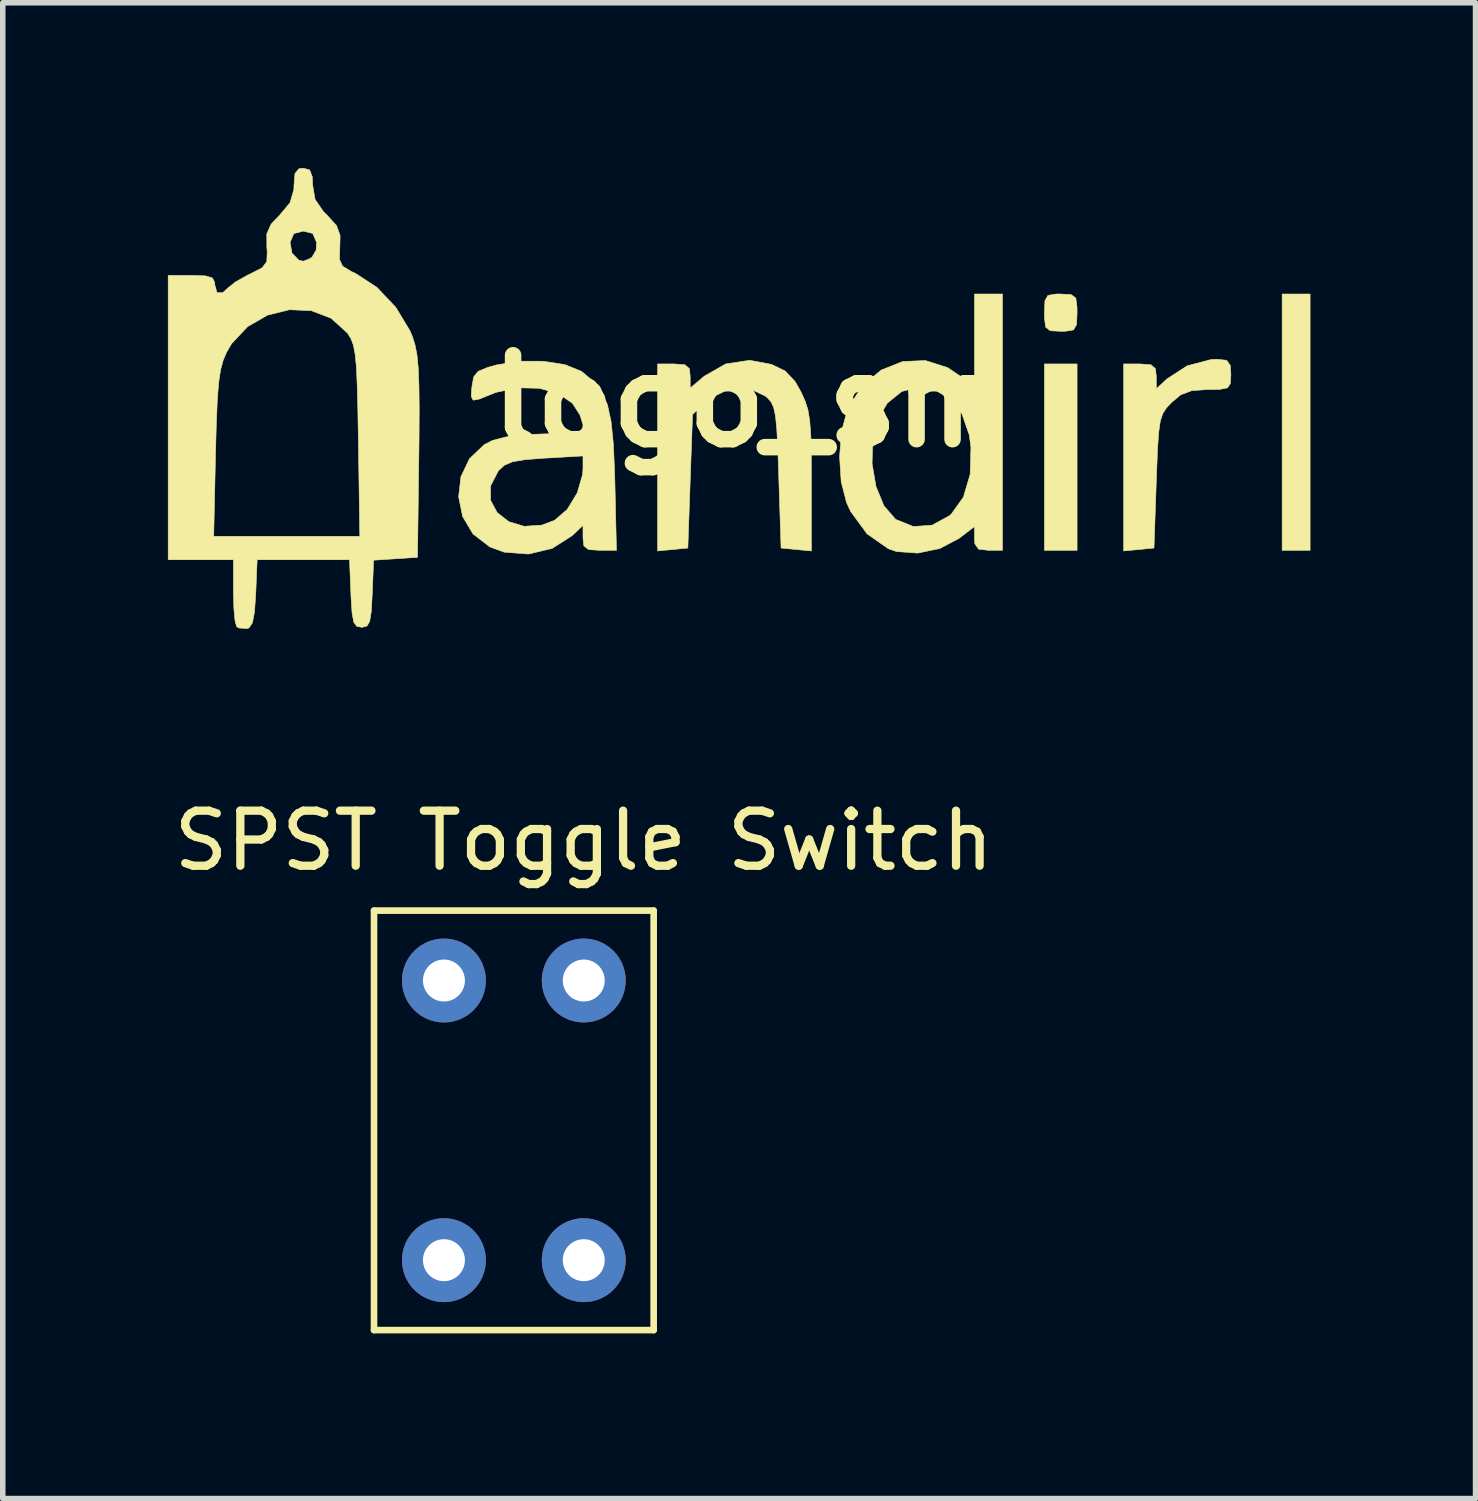
<source format=kicad_pcb>
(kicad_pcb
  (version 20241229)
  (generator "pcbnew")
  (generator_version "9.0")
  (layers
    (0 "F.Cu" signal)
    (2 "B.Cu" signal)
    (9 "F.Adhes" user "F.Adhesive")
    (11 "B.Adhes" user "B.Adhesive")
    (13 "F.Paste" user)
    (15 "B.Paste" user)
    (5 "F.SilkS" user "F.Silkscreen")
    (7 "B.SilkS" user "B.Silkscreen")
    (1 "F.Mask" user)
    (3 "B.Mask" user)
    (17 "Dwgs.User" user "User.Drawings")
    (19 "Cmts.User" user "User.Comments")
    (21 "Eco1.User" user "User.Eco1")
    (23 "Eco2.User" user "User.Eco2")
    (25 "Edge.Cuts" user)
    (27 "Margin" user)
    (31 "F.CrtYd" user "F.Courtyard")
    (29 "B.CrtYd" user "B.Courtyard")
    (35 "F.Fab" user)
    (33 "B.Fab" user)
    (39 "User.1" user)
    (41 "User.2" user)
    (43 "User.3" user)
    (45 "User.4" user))
  (footprint "SPST Toggle Switch"
    (layer "F.Cu")
    (at 5.014 14.761)
    (property "Reference" "SPST Toggle Switch" (at 2.54 -2.54 0) (layer "F.SilkS") (effects (font (size 1 1) (thickness 0.15))))
    (attr through_hole)
    (fp_line (start -1.27 -1.27) (end -1.27 6.35) (stroke (width 0.12) (type solid)) (layer "F.SilkS"))
    (fp_line (start -1.27 6.35) (end 3.81 6.35) (stroke (width 0.12) (type solid)) (layer "F.SilkS"))
    (fp_line (start 3.81 -1.27) (end -1.27 -1.27) (stroke (width 0.12) (type solid)) (layer "F.SilkS"))
    (fp_line (start 3.81 6.35) (end 3.81 -1.27) (stroke (width 0.12) (type solid)) (layer "F.SilkS"))
    (pad "" thru_hole circle (at 0 0) (size 1.524 1.524) (drill 0.762) (layers "*.Cu" "*.Mask"))
    (pad "" thru_hole circle (at 0 5.08) (size 1.524 1.524) (drill 0.762) (layers "*.Cu" "*.Mask"))
    (pad "1" thru_hole circle (at 2.54 0) (size 1.524 1.524) (drill 0.762) (layers "*.Cu" "*.Mask"))
    (pad "2" thru_hole circle (at 2.54 5.08) (size 1.524 1.524) (drill 0.762) (layers "*.Cu" "*.Mask")))
  (footprint "logo_sm"
    (layer "F.Cu")
    (at 10.588 4.238)
    (property "Reference" "logo_sm" (at 0 0 0) (layer "F.SilkS") (effects (font (size 1.524 1.524) (thickness 0.3))))
    (attr through_hole)
    (fp_poly (pts (xy 5.927 2.709) (xy 5.334 2.709) (xy 5.334 -0.677) (xy 5.927 -0.677) (xy 5.927 2.709)) (stroke (width 0.01) (type solid)) (fill yes) (layer "F.SilkS"))
    (fp_poly (pts (xy 10.16 2.709) (xy 9.652 2.709) (xy 9.652 -1.947) (xy 10.16 -1.947) (xy 10.16 2.709)) (stroke (width 0.01) (type solid)) (fill yes) (layer "F.SilkS"))
    (fp_poly (pts (xy 5.82 -1.937) (xy 5.904 -1.874) (xy 5.926 -1.709) (xy 5.927 -1.609) (xy 5.918 -1.392) (xy 5.862 -1.295) (xy 5.718 -1.271) (xy 5.63 -1.27) (xy 5.441 -1.28) (xy 5.356 -1.344) (xy 5.335 -1.509) (xy 5.334 -1.609) (xy 5.343 -1.826) (xy 5.398 -1.922) (xy 5.543 -1.947) (xy 5.63 -1.947) (xy 5.82 -1.937)) (stroke (width 0.01) (type solid)) (fill yes) (layer "F.SilkS"))
    (fp_poly (pts (xy 8.644 -0.743) (xy 8.71 -0.65) (xy 8.721 -0.487) (xy 8.713 -0.324) (xy 8.66 -0.243) (xy 8.519 -0.215) (xy 8.299 -0.212) (xy 8.009 -0.192) (xy 7.809 -0.116) (xy 7.643 0.023) (xy 7.551 0.121) (xy 7.485 0.222) (xy 7.44 0.355) (xy 7.411 0.553) (xy 7.39 0.845) (xy 7.373 1.264) (xy 7.366 1.462) (xy 7.324 2.667) (xy 7.048 2.694) (xy 6.773 2.72) (xy 6.773 -0.677) (xy 7.07 -0.677) (xy 7.269 -0.662) (xy 7.351 -0.591) (xy 7.366 -0.451) (xy 7.366 -0.224) (xy 7.556 -0.403) (xy 7.927 -0.643) (xy 8.361 -0.757) (xy 8.472 -0.762) (xy 8.644 -0.743)) (stroke (width 0.01) (type solid)) (fill yes) (layer "F.SilkS"))
    (fp_poly (pts (xy 0.377 -0.669) (xy 0.626 -0.548) (xy 0.804 -0.359) (xy 0.91 -0.173) (xy 0.985 -0.009) (xy 1.038 0.157) (xy 1.071 0.36) (xy 1.091 0.634) (xy 1.099 1.013) (xy 1.101 1.463) (xy 1.101 2.72) (xy 0.826 2.694) (xy 0.55 2.667) (xy 0.508 1.368) (xy 0.491 0.871) (xy 0.473 0.515) (xy 0.449 0.272) (xy 0.416 0.114) (xy 0.369 0.012) (xy 0.302 -0.062) (xy 0.266 -0.092) (xy -0.037 -0.238) (xy -0.371 -0.231) (xy -0.7 -0.074) (xy -0.782 -0.007) (xy -1.058 0.24) (xy -1.101 1.453) (xy -1.143 2.667) (xy -1.418 2.694) (xy -1.693 2.72) (xy -1.693 -0.677) (xy -1.397 -0.677) (xy -1.197 -0.662) (xy -1.115 -0.591) (xy -1.101 -0.458) (xy -1.101 -0.239) (xy -0.844 -0.455) (xy -0.456 -0.677) (xy -0.02 -0.743) (xy 0.377 -0.669)) (stroke (width 0.01) (type solid)) (fill yes) (layer "F.SilkS"))
    (fp_poly (pts (xy 4.572 2.709) (xy 4.318 2.709) (xy 4.137 2.687) (xy 4.07 2.59) (xy 4.064 2.493) (xy 4.064 2.277) (xy 3.781 2.493) (xy 3.432 2.676) (xy 3.032 2.759) (xy 2.648 2.731) (xy 2.498 2.679) (xy 2.113 2.41) (xy 1.816 2.006) (xy 1.74 1.843) (xy 1.642 1.463) (xy 1.621 1.133) (xy 2.203 1.133) (xy 2.274 1.549) (xy 2.42 1.903) (xy 2.632 2.146) (xy 2.635 2.148) (xy 2.954 2.276) (xy 3.293 2.252) (xy 3.612 2.078) (xy 3.64 2.053) (xy 3.862 1.743) (xy 3.985 1.327) (xy 3.999 0.84) (xy 3.969 0.614) (xy 3.836 0.231) (xy 3.615 -0.045) (xy 3.338 -0.208) (xy 3.036 -0.254) (xy 2.74 -0.176) (xy 2.482 0.033) (xy 2.319 0.305) (xy 2.216 0.702) (xy 2.203 1.133) (xy 1.621 1.133) (xy 1.613 1.004) (xy 1.651 0.542) (xy 1.755 0.153) (xy 1.768 0.123) (xy 2.028 -0.282) (xy 2.369 -0.566) (xy 2.76 -0.721) (xy 3.173 -0.739) (xy 3.576 -0.61) (xy 3.812 -0.451) (xy 4.064 -0.239) (xy 4.064 -1.947) (xy 4.572 -1.947) (xy 4.572 2.709)) (stroke (width 0.01) (type solid)) (fill yes) (layer "F.SilkS"))
    (fp_poly (pts (xy -3.765 -0.726) (xy -3.374 -0.664) (xy -3.08 -0.544) (xy -3.053 -0.525) (xy -2.854 -0.355) (xy -2.707 -0.168) (xy -2.603 0.067) (xy -2.536 0.378) (xy -2.495 0.795) (xy -2.472 1.347) (xy -2.469 1.46) (xy -2.44 2.709) (xy -2.744 2.709) (xy -2.947 2.695) (xy -3.032 2.628) (xy -3.048 2.483) (xy -3.048 2.256) (xy -3.246 2.443) (xy -3.609 2.674) (xy -4.037 2.776) (xy -4.478 2.742) (xy -4.741 2.646) (xy -5.046 2.411) (xy -5.234 2.095) (xy -5.307 1.737) (xy -5.285 1.541) (xy -4.728 1.541) (xy -4.726 1.801) (xy -4.606 2.025) (xy -4.394 2.189) (xy -4.116 2.272) (xy -3.796 2.251) (xy -3.563 2.163) (xy -3.334 1.965) (xy -3.152 1.665) (xy -3.055 1.331) (xy -3.048 1.225) (xy -3.048 0.994) (xy -3.739 1.034) (xy -4.098 1.061) (xy -4.329 1.1) (xy -4.476 1.163) (xy -4.581 1.26) (xy -4.586 1.266) (xy -4.728 1.541) (xy -5.285 1.541) (xy -5.266 1.374) (xy -5.111 1.046) (xy -4.844 0.791) (xy -4.695 0.713) (xy -4.449 0.649) (xy -4.094 0.606) (xy -3.728 0.593) (xy -3.389 0.589) (xy -3.186 0.572) (xy -3.084 0.535) (xy -3.05 0.468) (xy -3.048 0.428) (xy -3.101 0.254) (xy -3.23 0.052) (xy -3.245 0.034) (xy -3.496 -0.141) (xy -3.845 -0.235) (xy -4.241 -0.244) (xy -4.63 -0.16) (xy -4.691 -0.136) (xy -4.928 -0.04) (xy -5.044 -0.019) (xy -5.078 -0.088) (xy -5.066 -0.26) (xy -5.064 -0.275) (xy -5.033 -0.442) (xy -4.952 -0.543) (xy -4.774 -0.616) (xy -4.614 -0.66) (xy -4.197 -0.727) (xy -3.765 -0.726)) (stroke (width 0.01) (type solid)) (fill yes) (layer "F.SilkS"))
    (fp_poly (pts (xy -8.013 -4.201) (xy -7.965 -4.075) (xy -7.959 -3.929) (xy -7.916 -3.669) (xy -7.764 -3.446) (xy -7.696 -3.378) (xy -7.524 -3.19) (xy -7.46 -3.009) (xy -7.465 -2.798) (xy -7.473 -2.58) (xy -7.416 -2.454) (xy -7.254 -2.355) (xy -7.174 -2.318) (xy -6.792 -2.069) (xy -6.448 -1.705) (xy -6.19 -1.278) (xy -6.148 -1.177) (xy -6.1 -1.026) (xy -6.064 -0.845) (xy -6.041 -0.609) (xy -6.028 -0.294) (xy -6.023 0.128) (xy -6.026 0.68) (xy -6.03 1.016) (xy -6.054 2.836) (xy -6.452 2.862) (xy -6.851 2.888) (xy -6.876 3.497) (xy -6.893 3.814) (xy -6.922 3.998) (xy -6.972 4.084) (xy -7.056 4.106) (xy -7.07 4.106) (xy -7.158 4.089) (xy -7.212 4.014) (xy -7.243 3.845) (xy -7.262 3.548) (xy -7.264 3.493) (xy -7.289 2.879) (xy -8.967 2.879) (xy -8.992 3.492) (xy -9.015 3.829) (xy -9.053 4.027) (xy -9.115 4.117) (xy -9.148 4.13) (xy -9.299 4.119) (xy -9.339 4.095) (xy -9.369 3.986) (xy -9.39 3.757) (xy -9.398 3.458) (xy -9.398 2.879) (xy -10.583 2.879) (xy -10.583 2.455) (xy -9.756 2.455) (xy -7.102 2.455) (xy -7.128 0.726) (xy -7.138 0.137) (xy -7.15 -0.307) (xy -7.165 -0.631) (xy -7.188 -0.861) (xy -7.219 -1.02) (xy -7.262 -1.134) (xy -7.32 -1.227) (xy -7.331 -1.243) (xy -7.623 -1.507) (xy -7.984 -1.645) (xy -8.381 -1.662) (xy -8.779 -1.563) (xy -9.14 -1.355) (xy -9.432 -1.044) (xy -9.523 -0.888) (xy -9.585 -0.74) (xy -9.632 -0.567) (xy -9.666 -0.34) (xy -9.69 -0.03) (xy -9.708 0.393) (xy -9.723 0.953) (xy -9.756 2.455) (xy -10.583 2.455) (xy -10.583 -2.286) (xy -10.16 -2.286) (xy -9.906 -2.277) (xy -9.779 -2.239) (xy -9.738 -2.156) (xy -9.737 -2.117) (xy -9.696 -1.97) (xy -9.59 -1.973) (xy -9.494 -2.061) (xy -9.358 -2.168) (xy -9.141 -2.29) (xy -9.079 -2.319) (xy -8.876 -2.424) (xy -8.792 -2.535) (xy -8.784 -2.719) (xy -8.791 -2.798) (xy -8.791 -2.888) (xy -8.368 -2.888) (xy -8.335 -2.691) (xy -8.209 -2.561) (xy -8.128 -2.543) (xy -8.028 -2.582) (xy -7.972 -2.614) (xy -7.895 -2.745) (xy -7.888 -2.888) (xy -7.957 -3.047) (xy -8.128 -3.09) (xy -8.301 -3.045) (xy -8.368 -2.888) (xy -8.791 -2.888) (xy -8.792 -3.039) (xy -8.714 -3.215) (xy -8.56 -3.378) (xy -8.37 -3.605) (xy -8.3 -3.846) (xy -8.297 -3.929) (xy -8.28 -4.136) (xy -8.209 -4.222) (xy -8.128 -4.233) (xy -8.013 -4.201)) (stroke (width 0.01) (type solid)) (fill yes) (layer "F.SilkS")))
  (gr_rect
    (start -3 -3)
    (end 23.753 24.171)
    (stroke (width 0.1) (type default))
    (fill no)
    (layer "Edge.Cuts")))
</source>
